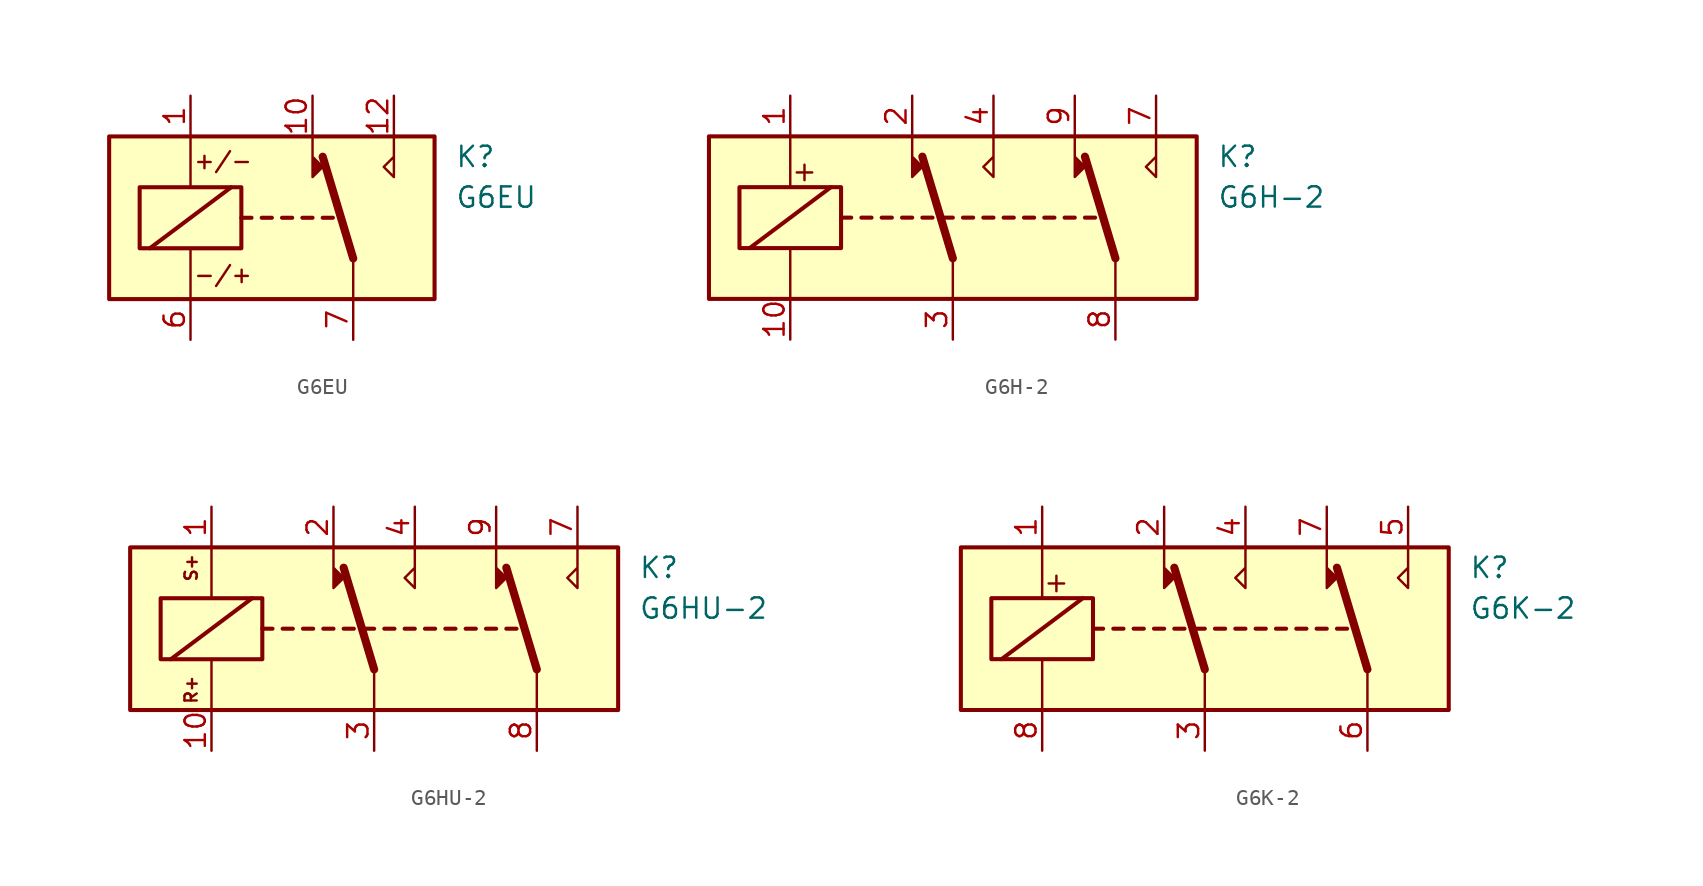
<source format=kicad_sym>
(kicad_symbol_lib
  (version 20201005)
  (generator kicad_symbol_editor)
  (symbol "G6EU"
    (property "Reference" "K"
      (at 11.43 3.81 0)
      (effects (font (size 1.27 1.27)) (justify left)))
    (property "Value" "G6EU"
      (at 11.43 1.27 0)
      (effects (font (size 1.27 1.27)) (justify left)))
    (symbol "G6EU_0_0"
      (text "+/-" (at -3.048 3.556 0) (effects (font (size 1.016 1.016))))
      (text "-/+" (at -3.048 -3.556 0) (effects (font (size 1.016 1.016))))
      (polyline (pts (xy 7.62 5.08) (xy 7.62 2.54) (xy 6.985 3.175) (xy 7.62 3.81)) (stroke (width 0)) (fill (type none))))
    (symbol "G6EU_0_1"
      (rectangle (start -8.255 1.905) (end -1.905 -1.905) (stroke (width 0.254)) (fill (type none)))
      (rectangle (start -10.16 5.08) (end 10.16 -5.08) (stroke (width 0.254)) (fill (type background)))
      (polyline (pts (xy -7.62 -1.905) (xy -2.54 1.905)) (stroke (width 0.254)) (fill (type none)))
      (polyline (pts (xy -5.08 -5.08) (xy -5.08 -1.905)) (stroke (width 0)) (fill (type none)))
      (polyline (pts (xy -5.08 5.08) (xy -5.08 1.905)) (stroke (width 0)) (fill (type none)))
      (polyline (pts (xy -1.905 0) (xy -1.27 0)) (stroke (width 0.254)) (fill (type none)))
      (polyline (pts (xy -0.635 0) (xy 0 0)) (stroke (width 0.254)) (fill (type none)))
      (polyline (pts (xy 0.635 0) (xy 1.27 0)) (stroke (width 0.254)) (fill (type none)))
      (polyline (pts (xy 1.905 0) (xy 2.54 0)) (stroke (width 0.254)) (fill (type none)))
      (polyline (pts (xy 3.175 0) (xy 3.81 0)) (stroke (width 0.254)) (fill (type none)))
      (polyline (pts (xy 5.08 -2.54) (xy 3.175 3.81)) (stroke (width 0.508)) (fill (type none)))
      (polyline (pts (xy 5.08 -2.54) (xy 5.08 -5.08)) (stroke (width 0)) (fill (type none)))
      (polyline (pts (xy 2.54 5.08) (xy 2.54 2.54) (xy 3.175 3.175) (xy 2.54 3.81)) (stroke (width 0)) (fill (type outline))))
    (symbol "G6EU_1_1"
      (pin passive line (at -5.08 7.62 270) (length 2.54) (name "~" (effects (font (size 1.27 1.27)))) (number "1" (effects (font (size 1.27 1.27)))))
      (pin passive line (at 2.54 7.62 270) (length 2.54) (name "~" (effects (font (size 1.27 1.27)))) (number "10" (effects (font (size 1.27 1.27)))))
      (pin passive line (at 7.62 7.62 270) (length 2.54) (name "~" (effects (font (size 1.27 1.27)))) (number "12" (effects (font (size 1.27 1.27)))))
      (pin passive line (at -5.08 -7.62 90) (length 2.54) (name "~" (effects (font (size 1.27 1.27)))) (number "6" (effects (font (size 1.27 1.27)))))
      (pin passive line (at 5.08 -7.62 90) (length 2.54) (name "~" (effects (font (size 1.27 1.27)))) (number "7" (effects (font (size 1.27 1.27)))))))
  (symbol "G6H-2"
    (property "Reference" "K"
      (at 16.51 3.81 0)
      (effects (font (size 1.27 1.27)) (justify left)))
    (property "Value" "G6H-2"
      (at 16.51 1.27 0)
      (effects (font (size 1.27 1.27)) (justify left)))
    (symbol "G6H-2_0_0"
      (text "+" (at -9.271 2.921 0) (effects (font (size 1.27 1.27)))))
    (symbol "G6H-2_0_1"
      (rectangle (start -13.335 1.905) (end -6.985 -1.905) (stroke (width 0.254)) (fill (type none)))
      (rectangle (start -15.24 5.08) (end 15.24 -5.08) (stroke (width 0.254)) (fill (type background)))
      (polyline (pts (xy -12.7 -1.905) (xy -7.62 1.905)) (stroke (width 0.254)) (fill (type none)))
      (polyline (pts (xy -10.16 -5.08) (xy -10.16 -1.905)) (stroke (width 0)) (fill (type none)))
      (polyline (pts (xy -10.16 5.08) (xy -10.16 1.905)) (stroke (width 0)) (fill (type none)))
      (polyline (pts (xy -6.985 0) (xy -6.35 0)) (stroke (width 0.254)) (fill (type none)))
      (polyline (pts (xy -5.715 0) (xy -5.08 0)) (stroke (width 0.254)) (fill (type none)))
      (polyline (pts (xy -4.445 0) (xy -3.81 0)) (stroke (width 0.254)) (fill (type none)))
      (polyline (pts (xy -3.175 0) (xy -2.54 0)) (stroke (width 0.254)) (fill (type none)))
      (polyline (pts (xy -1.905 0) (xy -1.27 0)) (stroke (width 0.254)) (fill (type none)))
      (polyline (pts (xy -0.635 0) (xy 0 0)) (stroke (width 0.254)) (fill (type none)))
      (polyline (pts (xy 0 -2.54) (xy -1.905 3.81)) (stroke (width 0.508)) (fill (type none)))
      (polyline (pts (xy 0 -2.54) (xy 0 -5.08)) (stroke (width 0)) (fill (type none)))
      (polyline (pts (xy 0.635 0) (xy 1.27 0)) (stroke (width 0.254)) (fill (type none)))
      (polyline (pts (xy 1.905 0) (xy 2.54 0)) (stroke (width 0.254)) (fill (type none)))
      (polyline (pts (xy 3.175 0) (xy 3.81 0)) (stroke (width 0.254)) (fill (type none)))
      (polyline (pts (xy 4.445 0) (xy 5.08 0)) (stroke (width 0.254)) (fill (type none)))
      (polyline (pts (xy 5.715 0) (xy 6.35 0)) (stroke (width 0.254)) (fill (type none)))
      (polyline (pts (xy 6.985 0) (xy 7.62 0)) (stroke (width 0.254)) (fill (type none)))
      (polyline (pts (xy 8.255 0) (xy 8.89 0)) (stroke (width 0.254)) (fill (type none)))
      (polyline (pts (xy 10.16 -2.54) (xy 8.255 3.81)) (stroke (width 0.508)) (fill (type none)))
      (polyline (pts (xy 10.16 -2.54) (xy 10.16 -5.08)) (stroke (width 0)) (fill (type none)))
      (polyline (pts (xy 2.54 5.08) (xy 2.54 2.54) (xy 1.905 3.175) (xy 2.54 3.81)) (stroke (width 0)) (fill (type none)))
      (polyline (pts (xy 12.7 5.08) (xy 12.7 2.54) (xy 12.065 3.175) (xy 12.7 3.81)) (stroke (width 0)) (fill (type none)))
      (polyline (pts (xy -2.54 5.08) (xy -2.54 2.54) (xy -1.905 3.175) (xy -2.54 3.81)) (stroke (width 0)) (fill (type outline)))
      (polyline (pts (xy 7.62 5.08) (xy 7.62 2.54) (xy 8.255 3.175) (xy 7.62 3.81)) (stroke (width 0)) (fill (type outline))))
    (symbol "G6H-2_1_1"
      (pin passive line (at -10.16 7.62 270) (length 2.54) (name "~" (effects (font (size 1.27 1.27)))) (number "1" (effects (font (size 1.27 1.27)))))
      (pin passive line (at -10.16 -7.62 90) (length 2.54) (name "~" (effects (font (size 1.27 1.27)))) (number "10" (effects (font (size 1.27 1.27)))))
      (pin passive line (at -2.54 7.62 270) (length 2.54) (name "~" (effects (font (size 1.27 1.27)))) (number "2" (effects (font (size 1.27 1.27)))))
      (pin passive line (at 0 -7.62 90) (length 2.54) (name "~" (effects (font (size 1.27 1.27)))) (number "3" (effects (font (size 1.27 1.27)))))
      (pin passive line (at 2.54 7.62 270) (length 2.54) (name "~" (effects (font (size 1.27 1.27)))) (number "4" (effects (font (size 1.27 1.27)))))
      (pin no_connect line (at 5.08 -5.08 90) (length 2.54) hide (name "NC" (effects (font (size 1.27 1.27)))) (number "5" (effects (font (size 1.27 1.27)))))
      (pin no_connect line (at 2.54 -5.08 90) (length 2.54) hide (name "NC" (effects (font (size 1.27 1.27)))) (number "6" (effects (font (size 1.27 1.27)))))
      (pin passive line (at 12.7 7.62 270) (length 2.54) (name "~" (effects (font (size 1.27 1.27)))) (number "7" (effects (font (size 1.27 1.27)))))
      (pin passive line (at 10.16 -7.62 90) (length 2.54) (name "~" (effects (font (size 1.27 1.27)))) (number "8" (effects (font (size 1.27 1.27)))))
      (pin passive line (at 7.62 7.62 270) (length 2.54) (name "~" (effects (font (size 1.27 1.27)))) (number "9" (effects (font (size 1.27 1.27)))))))
  (symbol "G6HU-2"
    (property "Reference" "K"
      (at 16.51 3.81 0)
      (effects (font (size 1.27 1.27)) (justify left)))
    (property "Value" "G6HU-2"
      (at 16.51 1.27 0)
      (effects (font (size 1.27 1.27)) (justify left)))
    (symbol "G6HU-2_0_0"
      (text "R+" (at -11.43 -3.81 900) (effects (font (size 0.762 0.762))))
      (text "S+" (at -11.43 3.81 900) (effects (font (size 0.762 0.762)))))
    (symbol "G6HU-2_0_1"
      (rectangle (start -13.335 1.905) (end -6.985 -1.905) (stroke (width 0.254)) (fill (type none)))
      (rectangle (start -15.24 5.08) (end 15.24 -5.08) (stroke (width 0.254)) (fill (type background)))
      (polyline (pts (xy -12.7 -1.905) (xy -7.62 1.905)) (stroke (width 0.254)) (fill (type none)))
      (polyline (pts (xy -10.16 -5.08) (xy -10.16 -1.905)) (stroke (width 0)) (fill (type none)))
      (polyline (pts (xy -10.16 5.08) (xy -10.16 1.905)) (stroke (width 0)) (fill (type none)))
      (polyline (pts (xy -6.985 0) (xy -6.35 0)) (stroke (width 0.254)) (fill (type none)))
      (polyline (pts (xy -5.715 0) (xy -5.08 0)) (stroke (width 0.254)) (fill (type none)))
      (polyline (pts (xy -4.445 0) (xy -3.81 0)) (stroke (width 0.254)) (fill (type none)))
      (polyline (pts (xy -3.175 0) (xy -2.54 0)) (stroke (width 0.254)) (fill (type none)))
      (polyline (pts (xy -1.905 0) (xy -1.27 0)) (stroke (width 0.254)) (fill (type none)))
      (polyline (pts (xy -0.635 0) (xy 0 0)) (stroke (width 0.254)) (fill (type none)))
      (polyline (pts (xy 0 -2.54) (xy -1.905 3.81)) (stroke (width 0.508)) (fill (type none)))
      (polyline (pts (xy 0 -2.54) (xy 0 -5.08)) (stroke (width 0)) (fill (type none)))
      (polyline (pts (xy 0.635 0) (xy 1.27 0)) (stroke (width 0.254)) (fill (type none)))
      (polyline (pts (xy 1.905 0) (xy 2.54 0)) (stroke (width 0.254)) (fill (type none)))
      (polyline (pts (xy 3.175 0) (xy 3.81 0)) (stroke (width 0.254)) (fill (type none)))
      (polyline (pts (xy 4.445 0) (xy 5.08 0)) (stroke (width 0.254)) (fill (type none)))
      (polyline (pts (xy 5.715 0) (xy 6.35 0)) (stroke (width 0.254)) (fill (type none)))
      (polyline (pts (xy 6.985 0) (xy 7.62 0)) (stroke (width 0.254)) (fill (type none)))
      (polyline (pts (xy 8.255 0) (xy 8.89 0)) (stroke (width 0.254)) (fill (type none)))
      (polyline (pts (xy 10.16 -2.54) (xy 8.255 3.81)) (stroke (width 0.508)) (fill (type none)))
      (polyline (pts (xy 10.16 -2.54) (xy 10.16 -5.08)) (stroke (width 0)) (fill (type none)))
      (polyline (pts (xy 2.54 5.08) (xy 2.54 2.54) (xy 1.905 3.175) (xy 2.54 3.81)) (stroke (width 0)) (fill (type none)))
      (polyline (pts (xy 12.7 5.08) (xy 12.7 2.54) (xy 12.065 3.175) (xy 12.7 3.81)) (stroke (width 0)) (fill (type none)))
      (polyline (pts (xy -2.54 5.08) (xy -2.54 2.54) (xy -1.905 3.175) (xy -2.54 3.81)) (stroke (width 0)) (fill (type outline)))
      (polyline (pts (xy 7.62 5.08) (xy 7.62 2.54) (xy 8.255 3.175) (xy 7.62 3.81)) (stroke (width 0)) (fill (type outline))))
    (symbol "G6HU-2_1_1"
      (pin passive line (at -10.16 7.62 270) (length 2.54) (name "~" (effects (font (size 1.27 1.27)))) (number "1" (effects (font (size 1.27 1.27)))))
      (pin passive line (at -10.16 -7.62 90) (length 2.54) (name "~" (effects (font (size 1.27 1.27)))) (number "10" (effects (font (size 1.27 1.27)))))
      (pin passive line (at -2.54 7.62 270) (length 2.54) (name "~" (effects (font (size 1.27 1.27)))) (number "2" (effects (font (size 1.27 1.27)))))
      (pin passive line (at 0 -7.62 90) (length 2.54) (name "~" (effects (font (size 1.27 1.27)))) (number "3" (effects (font (size 1.27 1.27)))))
      (pin passive line (at 2.54 7.62 270) (length 2.54) (name "~" (effects (font (size 1.27 1.27)))) (number "4" (effects (font (size 1.27 1.27)))))
      (pin no_connect line (at 5.08 -5.08 90) (length 2.54) hide (name "NC" (effects (font (size 1.27 1.27)))) (number "5" (effects (font (size 1.27 1.27)))))
      (pin no_connect line (at 2.54 -5.08 90) (length 2.54) hide (name "NC" (effects (font (size 1.27 1.27)))) (number "6" (effects (font (size 1.27 1.27)))))
      (pin passive line (at 12.7 7.62 270) (length 2.54) (name "~" (effects (font (size 1.27 1.27)))) (number "7" (effects (font (size 1.27 1.27)))))
      (pin passive line (at 10.16 -7.62 90) (length 2.54) (name "~" (effects (font (size 1.27 1.27)))) (number "8" (effects (font (size 1.27 1.27)))))
      (pin passive line (at 7.62 7.62 270) (length 2.54) (name "~" (effects (font (size 1.27 1.27)))) (number "9" (effects (font (size 1.27 1.27)))))))
  (symbol "G6K-2"
    (property "Reference" "K"
      (at 16.51 3.81 0)
      (effects (font (size 1.27 1.27)) (justify left)))
    (property "Value" "G6K-2"
      (at 16.51 1.27 0)
      (effects (font (size 1.27 1.27)) (justify left)))
    (symbol "G6K-2_0_0"
      (text "+" (at -9.271 2.921 0) (effects (font (size 1.27 1.27)))))
    (symbol "G6K-2_0_1"
      (rectangle (start -13.335 1.905) (end -6.985 -1.905) (stroke (width 0.254)) (fill (type none)))
      (rectangle (start -15.24 5.08) (end 15.24 -5.08) (stroke (width 0.254)) (fill (type background)))
      (polyline (pts (xy -12.7 -1.905) (xy -7.62 1.905)) (stroke (width 0.254)) (fill (type none)))
      (polyline (pts (xy -10.16 -5.08) (xy -10.16 -1.905)) (stroke (width 0)) (fill (type none)))
      (polyline (pts (xy -10.16 5.08) (xy -10.16 1.905)) (stroke (width 0)) (fill (type none)))
      (polyline (pts (xy -6.985 0) (xy -6.35 0)) (stroke (width 0.254)) (fill (type none)))
      (polyline (pts (xy -5.715 0) (xy -5.08 0)) (stroke (width 0.254)) (fill (type none)))
      (polyline (pts (xy -4.445 0) (xy -3.81 0)) (stroke (width 0.254)) (fill (type none)))
      (polyline (pts (xy -3.175 0) (xy -2.54 0)) (stroke (width 0.254)) (fill (type none)))
      (polyline (pts (xy -1.905 0) (xy -1.27 0)) (stroke (width 0.254)) (fill (type none)))
      (polyline (pts (xy -0.635 0) (xy 0 0)) (stroke (width 0.254)) (fill (type none)))
      (polyline (pts (xy 0 -2.54) (xy -1.905 3.81)) (stroke (width 0.508)) (fill (type none)))
      (polyline (pts (xy 0 -2.54) (xy 0 -5.08)) (stroke (width 0)) (fill (type none)))
      (polyline (pts (xy 0.635 0) (xy 1.27 0)) (stroke (width 0.254)) (fill (type none)))
      (polyline (pts (xy 1.905 0) (xy 2.54 0)) (stroke (width 0.254)) (fill (type none)))
      (polyline (pts (xy 3.175 0) (xy 3.81 0)) (stroke (width 0.254)) (fill (type none)))
      (polyline (pts (xy 4.445 0) (xy 5.08 0)) (stroke (width 0.254)) (fill (type none)))
      (polyline (pts (xy 5.715 0) (xy 6.35 0)) (stroke (width 0.254)) (fill (type none)))
      (polyline (pts (xy 6.985 0) (xy 7.62 0)) (stroke (width 0.254)) (fill (type none)))
      (polyline (pts (xy 8.255 0) (xy 8.89 0)) (stroke (width 0.254)) (fill (type none)))
      (polyline (pts (xy 10.16 -2.54) (xy 8.255 3.81)) (stroke (width 0.508)) (fill (type none)))
      (polyline (pts (xy 10.16 -2.54) (xy 10.16 -5.08)) (stroke (width 0)) (fill (type none)))
      (polyline (pts (xy 2.54 5.08) (xy 2.54 2.54) (xy 1.905 3.175) (xy 2.54 3.81)) (stroke (width 0)) (fill (type none)))
      (polyline (pts (xy 12.7 5.08) (xy 12.7 2.54) (xy 12.065 3.175) (xy 12.7 3.81)) (stroke (width 0)) (fill (type none)))
      (polyline (pts (xy -2.54 5.08) (xy -2.54 2.54) (xy -1.905 3.175) (xy -2.54 3.81)) (stroke (width 0)) (fill (type outline)))
      (polyline (pts (xy 7.62 5.08) (xy 7.62 2.54) (xy 8.255 3.175) (xy 7.62 3.81)) (stroke (width 0)) (fill (type outline))))
    (symbol "G6K-2_1_1"
      (pin passive line (at -10.16 7.62 270) (length 2.54) (name "~" (effects (font (size 1.27 1.27)))) (number "1" (effects (font (size 1.27 1.27)))))
      (pin passive line (at -2.54 7.62 270) (length 2.54) (name "~" (effects (font (size 1.27 1.27)))) (number "2" (effects (font (size 1.27 1.27)))))
      (pin passive line (at 0 -7.62 90) (length 2.54) (name "~" (effects (font (size 1.27 1.27)))) (number "3" (effects (font (size 1.27 1.27)))))
      (pin passive line (at 2.54 7.62 270) (length 2.54) (name "~" (effects (font (size 1.27 1.27)))) (number "4" (effects (font (size 1.27 1.27)))))
      (pin passive line (at 12.7 7.62 270) (length 2.54) (name "~" (effects (font (size 1.27 1.27)))) (number "5" (effects (font (size 1.27 1.27)))))
      (pin passive line (at 10.16 -7.62 90) (length 2.54) (name "~" (effects (font (size 1.27 1.27)))) (number "6" (effects (font (size 1.27 1.27)))))
      (pin passive line (at 7.62 7.62 270) (length 2.54) (name "~" (effects (font (size 1.27 1.27)))) (number "7" (effects (font (size 1.27 1.27)))))
      (pin passive line (at -10.16 -7.62 90) (length 2.54) (name "~" (effects (font (size 1.27 1.27)))) (number "8" (effects (font (size 1.27 1.27))))))))
</source>
